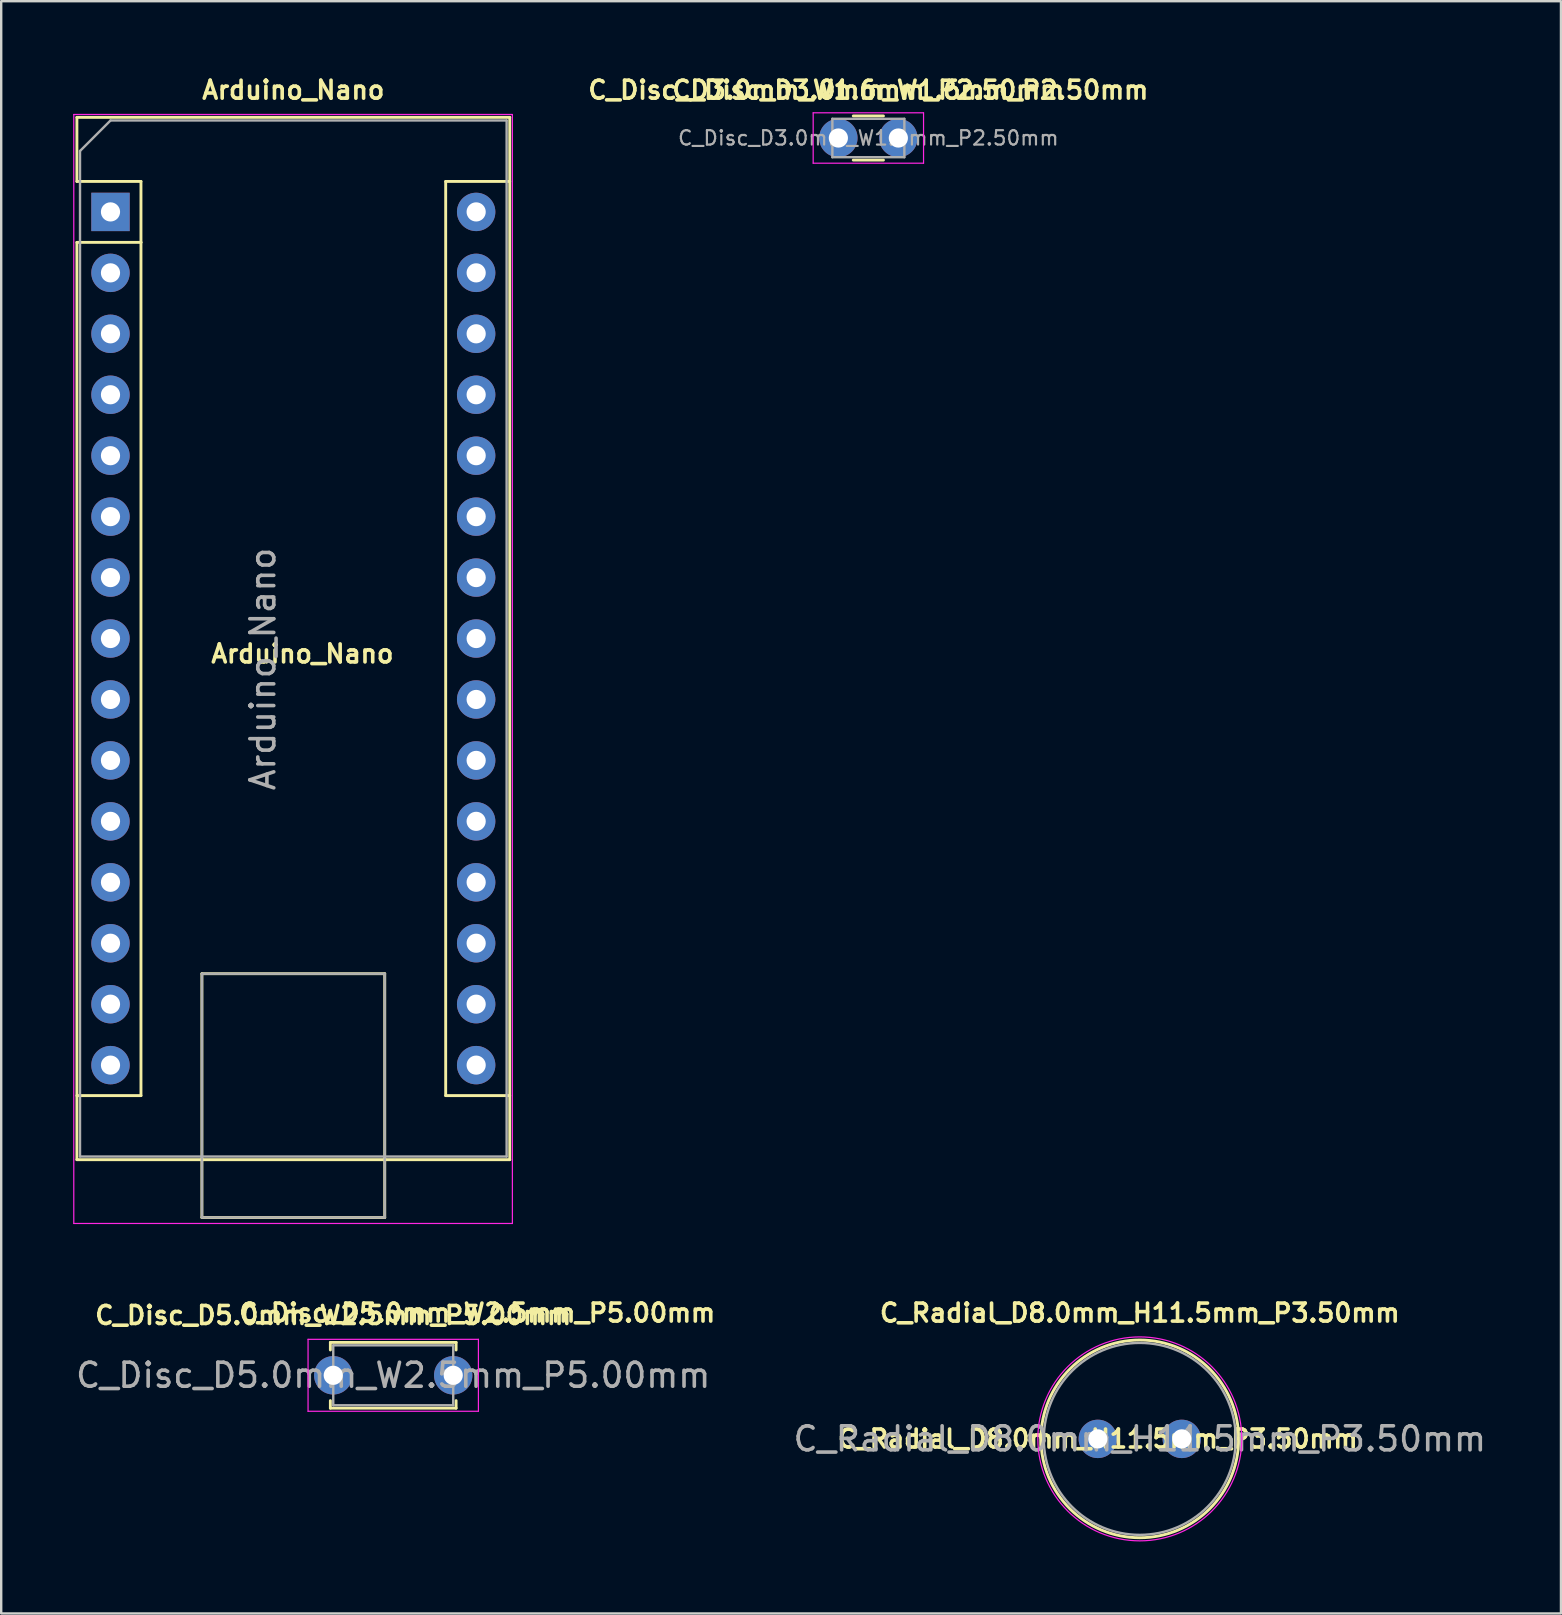
<source format=kicad_pcb>
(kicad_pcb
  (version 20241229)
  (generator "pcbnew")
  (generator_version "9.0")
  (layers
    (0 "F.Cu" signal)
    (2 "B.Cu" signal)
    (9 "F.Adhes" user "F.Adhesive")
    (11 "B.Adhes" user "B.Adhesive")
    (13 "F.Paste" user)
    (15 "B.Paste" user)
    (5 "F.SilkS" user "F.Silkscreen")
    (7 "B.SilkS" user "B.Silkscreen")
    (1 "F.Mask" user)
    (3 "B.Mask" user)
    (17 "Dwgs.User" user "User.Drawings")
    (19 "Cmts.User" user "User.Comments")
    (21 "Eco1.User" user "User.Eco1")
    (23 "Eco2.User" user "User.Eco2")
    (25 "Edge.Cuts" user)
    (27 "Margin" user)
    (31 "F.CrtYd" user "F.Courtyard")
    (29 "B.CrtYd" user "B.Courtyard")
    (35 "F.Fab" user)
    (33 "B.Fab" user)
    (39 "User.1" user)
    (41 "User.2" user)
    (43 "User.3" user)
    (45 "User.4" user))
  (footprint "Arduino_Nano"
    (layer "F.Cu")
    (at 1.555 5.782)
    (property "Reference" "Arduino_Nano" (at 7.62 -5.08 0) (layer "F.SilkS") (effects (font (size 0.75 0.75) (thickness 0.15))))
    (property "Value" "Arduino_Nano" (at 8.89 19.05 90) (layer "F.Fab") (hide yes) (effects (font (size 1 1) (thickness 0.15))))
    (attr through_hole)
    (fp_line (start -1.4 -3.94) (end -1.4 -1.27) (stroke (width 0.12) (type solid)) (layer "F.SilkS"))
    (fp_line (start -1.4 1.27) (end -1.4 39.5) (stroke (width 0.12) (type solid)) (layer "F.SilkS"))
    (fp_line (start -1.4 39.5) (end 16.64 39.5) (stroke (width 0.12) (type solid)) (layer "F.SilkS"))
    (fp_line (start 1.27 -1.27) (end -1.4 -1.27) (stroke (width 0.12) (type solid)) (layer "F.SilkS"))
    (fp_line (start 1.27 1.27) (end -1.4 1.27) (stroke (width 0.12) (type solid)) (layer "F.SilkS"))
    (fp_line (start 1.27 1.27) (end 1.27 -1.27) (stroke (width 0.12) (type solid)) (layer "F.SilkS"))
    (fp_line (start 1.27 1.27) (end 1.27 36.83) (stroke (width 0.12) (type solid)) (layer "F.SilkS"))
    (fp_line (start 1.27 36.83) (end -1.4 36.83) (stroke (width 0.12) (type solid)) (layer "F.SilkS"))
    (fp_line (start 3.81 31.75) (end 11.43 31.75) (stroke (width 0.12) (type solid)) (layer "F.SilkS"))
    (fp_line (start 3.81 41.91) (end 3.81 31.75) (stroke (width 0.12) (type solid)) (layer "F.SilkS"))
    (fp_line (start 11.43 31.75) (end 11.43 41.91) (stroke (width 0.12) (type solid)) (layer "F.SilkS"))
    (fp_line (start 11.43 41.91) (end 3.81 41.91) (stroke (width 0.12) (type solid)) (layer "F.SilkS"))
    (fp_line (start 13.97 -1.27) (end 13.97 36.83) (stroke (width 0.12) (type solid)) (layer "F.SilkS"))
    (fp_line (start 13.97 -1.27) (end 16.64 -1.27) (stroke (width 0.12) (type solid)) (layer "F.SilkS"))
    (fp_line (start 13.97 36.83) (end 16.64 36.83) (stroke (width 0.12) (type solid)) (layer "F.SilkS"))
    (fp_line (start 16.64 -3.94) (end -1.4 -3.94) (stroke (width 0.12) (type solid)) (layer "F.SilkS"))
    (fp_line (start 16.64 39.5) (end 16.64 -3.94) (stroke (width 0.12) (type solid)) (layer "F.SilkS"))
    (fp_line (start -1.53 -4.06) (end -1.53 42.16) (stroke (width 0.05) (type solid)) (layer "F.CrtYd"))
    (fp_line (start -1.53 -4.06) (end 16.75 -4.06) (stroke (width 0.05) (type solid)) (layer "F.CrtYd"))
    (fp_line (start 16.75 42.16) (end -1.53 42.16) (stroke (width 0.05) (type solid)) (layer "F.CrtYd"))
    (fp_line (start 16.75 42.16) (end 16.75 -4.06) (stroke (width 0.05) (type solid)) (layer "F.CrtYd"))
    (fp_line (start -1.27 -2.54) (end 0 -3.81) (stroke (width 0.1) (type solid)) (layer "F.Fab"))
    (fp_line (start -1.27 39.37) (end -1.27 -2.54) (stroke (width 0.1) (type solid)) (layer "F.Fab"))
    (fp_line (start 0 -3.81) (end 16.51 -3.81) (stroke (width 0.1) (type solid)) (layer "F.Fab"))
    (fp_line (start 3.81 31.75) (end 11.43 31.75) (stroke (width 0.1) (type solid)) (layer "F.Fab"))
    (fp_line (start 3.81 41.91) (end 3.81 31.75) (stroke (width 0.1) (type solid)) (layer "F.Fab"))
    (fp_line (start 11.43 31.75) (end 11.43 41.91) (stroke (width 0.1) (type solid)) (layer "F.Fab"))
    (fp_line (start 11.43 41.91) (end 3.81 41.91) (stroke (width 0.1) (type solid)) (layer "F.Fab"))
    (fp_line (start 16.51 -3.81) (end 16.51 39.37) (stroke (width 0.1) (type solid)) (layer "F.Fab"))
    (fp_line (start 16.51 39.37) (end -1.27 39.37) (stroke (width 0.1) (type solid)) (layer "F.Fab"))
    (fp_text user "${VALUE}" (at 8 18.415 0) (layer "F.SilkS") (effects (font (size 0.75 0.75) (thickness 0.15))))
    (fp_text user "${REFERENCE}" (at 6.35 19.05 90) (layer "F.Fab") (effects (font (size 1 1) (thickness 0.15))))
    (pad "1" thru_hole rect (at 0 0) (size 1.6 1.6) (drill 0.8) (layers "*.Cu" "*.Mask"))
    (pad "2" thru_hole oval (at 0 2.54) (size 1.6 1.6) (drill 0.8) (layers "*.Cu" "*.Mask"))
    (pad "3" thru_hole oval (at 0 5.08) (size 1.6 1.6) (drill 0.8) (layers "*.Cu" "*.Mask"))
    (pad "4" thru_hole oval (at 0 7.62) (size 1.6 1.6) (drill 0.8) (layers "*.Cu" "*.Mask"))
    (pad "5" thru_hole oval (at 0 10.16) (size 1.6 1.6) (drill 0.8) (layers "*.Cu" "*.Mask"))
    (pad "6" thru_hole oval (at 0 12.7) (size 1.6 1.6) (drill 0.8) (layers "*.Cu" "*.Mask"))
    (pad "7" thru_hole oval (at 0 15.24) (size 1.6 1.6) (drill 0.8) (layers "*.Cu" "*.Mask"))
    (pad "8" thru_hole oval (at 0 17.78) (size 1.6 1.6) (drill 0.8) (layers "*.Cu" "*.Mask"))
    (pad "9" thru_hole oval (at 0 20.32) (size 1.6 1.6) (drill 0.8) (layers "*.Cu" "*.Mask"))
    (pad "10" thru_hole oval (at 0 22.86) (size 1.6 1.6) (drill 0.8) (layers "*.Cu" "*.Mask"))
    (pad "11" thru_hole oval (at 0 25.4) (size 1.6 1.6) (drill 0.8) (layers "*.Cu" "*.Mask"))
    (pad "12" thru_hole oval (at 0 27.94) (size 1.6 1.6) (drill 0.8) (layers "*.Cu" "*.Mask"))
    (pad "13" thru_hole oval (at 0 30.48) (size 1.6 1.6) (drill 0.8) (layers "*.Cu" "*.Mask"))
    (pad "14" thru_hole oval (at 0 33.02) (size 1.6 1.6) (drill 0.8) (layers "*.Cu" "*.Mask"))
    (pad "15" thru_hole oval (at 0 35.56) (size 1.6 1.6) (drill 0.8) (layers "*.Cu" "*.Mask"))
    (pad "16" thru_hole oval (at 15.24 35.56) (size 1.6 1.6) (drill 0.8) (layers "*.Cu" "*.Mask"))
    (pad "17" thru_hole oval (at 15.24 33.02) (size 1.6 1.6) (drill 0.8) (layers "*.Cu" "*.Mask"))
    (pad "18" thru_hole oval (at 15.24 30.48) (size 1.6 1.6) (drill 0.8) (layers "*.Cu" "*.Mask"))
    (pad "19" thru_hole oval (at 15.24 27.94) (size 1.6 1.6) (drill 0.8) (layers "*.Cu" "*.Mask"))
    (pad "20" thru_hole oval (at 15.24 25.4) (size 1.6 1.6) (drill 0.8) (layers "*.Cu" "*.Mask"))
    (pad "21" thru_hole oval (at 15.24 22.86) (size 1.6 1.6) (drill 0.8) (layers "*.Cu" "*.Mask"))
    (pad "22" thru_hole oval (at 15.24 20.32) (size 1.6 1.6) (drill 0.8) (layers "*.Cu" "*.Mask"))
    (pad "23" thru_hole oval (at 15.24 17.78) (size 1.6 1.6) (drill 0.8) (layers "*.Cu" "*.Mask"))
    (pad "24" thru_hole oval (at 15.24 15.24) (size 1.6 1.6) (drill 0.8) (layers "*.Cu" "*.Mask"))
    (pad "25" thru_hole oval (at 15.24 12.7) (size 1.6 1.6) (drill 0.8) (layers "*.Cu" "*.Mask"))
    (pad "26" thru_hole oval (at 15.24 10.16) (size 1.6 1.6) (drill 0.8) (layers "*.Cu" "*.Mask"))
    (pad "27" thru_hole oval (at 15.24 7.62) (size 1.6 1.6) (drill 0.8) (layers "*.Cu" "*.Mask"))
    (pad "28" thru_hole oval (at 15.24 5.08) (size 1.6 1.6) (drill 0.8) (layers "*.Cu" "*.Mask"))
    (pad "29" thru_hole oval (at 15.24 2.54) (size 1.6 1.6) (drill 0.8) (layers "*.Cu" "*.Mask"))
    (pad "30" thru_hole oval (at 15.24 0) (size 1.6 1.6) (drill 0.8) (layers "*.Cu" "*.Mask")))
  (footprint "C_Radial_D8.0mm_H11.5mm_P3.50mm"
    (layer "F.Cu")
    (at 42.704 56.919)
    (property "Reference" "C_Radial_D8.0mm_H11.5mm_P3.50mm" (at 1.75 -5.25 0) (layer "F.SilkS") (effects (font (size 0.75 0.75) (thickness 0.15))))
    (property "Value" "C_Radial_D8.0mm_H11.5mm_P3.50mm" (at 1.75 5.25 0) (layer "F.Fab") (hide yes) (effects (font (size 1 1) (thickness 0.15))))
    (attr through_hole)
    (fp_circle (center 1.75 0) (end 5.87 0) (stroke (width 0.12) (type solid)) (fill no) (layer "F.SilkS"))
    (fp_circle (center 1.75 0) (end 6 0) (stroke (width 0.05) (type solid)) (fill no) (layer "F.CrtYd"))
    (fp_circle (center 1.75 0) (end 5.75 0) (stroke (width 0.1) (type solid)) (fill no) (layer "F.Fab"))
    (fp_text user "${VALUE}" (at 0 0 0) (layer "F.SilkS") (effects (font (size 0.75 0.75) (thickness 0.15))))
    (fp_text user "${REFERENCE}" (at 1.75 0 0) (layer "F.Fab") (effects (font (size 1 1) (thickness 0.15))))
    (pad "1" thru_hole circle (at 0 0) (size 1.6 1.6) (drill 0.8) (layers "*.Cu" "*.Mask"))
    (pad "2" thru_hole circle (at 3.5 0) (size 1.6 1.6) (drill 0.8) (layers "*.Cu" "*.Mask")))
  (footprint "C_Disc_D5.0mm_W2.5mm_P5.00mm"
    (layer "F.Cu")
    (at 10.839 54.269)
    (property "Reference" "C_Disc_D5.0mm_W2.5mm_P5.00mm" (at 0 -2.5 0) (layer "F.SilkS") (effects (font (size 0.75 0.75) (thickness 0.15))))
    (property "Value" "C_Disc_D5.0mm_W2.5mm_P5.00mm" (at 2.5 2.5 0) (layer "F.Fab") (hide yes) (effects (font (size 1 1) (thickness 0.15))))
    (attr through_hole)
    (fp_line (start -0.12 -1.37) (end -0.12 -1.055) (stroke (width 0.12) (type solid)) (layer "F.SilkS"))
    (fp_line (start -0.12 -1.37) (end 5.12 -1.37) (stroke (width 0.12) (type solid)) (layer "F.SilkS"))
    (fp_line (start -0.12 1.055) (end -0.12 1.37) (stroke (width 0.12) (type solid)) (layer "F.SilkS"))
    (fp_line (start -0.12 1.37) (end 5.12 1.37) (stroke (width 0.12) (type solid)) (layer "F.SilkS"))
    (fp_line (start 5.12 -1.37) (end 5.12 -1.055) (stroke (width 0.12) (type solid)) (layer "F.SilkS"))
    (fp_line (start 5.12 1.055) (end 5.12 1.37) (stroke (width 0.12) (type solid)) (layer "F.SilkS"))
    (fp_line (start -1.05 -1.5) (end -1.05 1.5) (stroke (width 0.05) (type solid)) (layer "F.CrtYd"))
    (fp_line (start -1.05 1.5) (end 6.05 1.5) (stroke (width 0.05) (type solid)) (layer "F.CrtYd"))
    (fp_line (start 6.05 -1.5) (end -1.05 -1.5) (stroke (width 0.05) (type solid)) (layer "F.CrtYd"))
    (fp_line (start 6.05 1.5) (end 6.05 -1.5) (stroke (width 0.05) (type solid)) (layer "F.CrtYd"))
    (fp_line (start 0 -1.25) (end 0 1.25) (stroke (width 0.1) (type solid)) (layer "F.Fab"))
    (fp_line (start 0 1.25) (end 5 1.25) (stroke (width 0.1) (type solid)) (layer "F.Fab"))
    (fp_line (start 5 -1.25) (end 0 -1.25) (stroke (width 0.1) (type solid)) (layer "F.Fab"))
    (fp_line (start 5 1.25) (end 5 -1.25) (stroke (width 0.1) (type solid)) (layer "F.Fab"))
    (fp_text user "${VALUE}" (at 6 -2.6 0) (layer "F.SilkS") (effects (font (size 0.75 0.75) (thickness 0.15))))
    (fp_text user "${REFERENCE}" (at 2.5 0 0) (layer "F.Fab") (effects (font (size 1 1) (thickness 0.15))))
    (pad "1" thru_hole circle (at 0 0) (size 1.6 1.6) (drill 0.8) (layers "*.Cu" "*.Mask"))
    (pad "2" thru_hole circle (at 5 0) (size 1.6 1.6) (drill 0.8) (layers "*.Cu" "*.Mask")))
  (footprint "C_Disc_D3.0mm_W1.6mm_P2.50mm"
    (layer "F.Cu")
    (at 31.891 2.702)
    (property "Reference" "C_Disc_D3.0mm_W1.6mm_P2.50mm" (at -0.5 -2 0) (layer "F.SilkS") (effects (font (size 0.75 0.75) (thickness 0.15))))
    (property "Value" "C_Disc_D3.0mm_W1.6mm_P2.50mm" (at 1.25 2.05 0) (layer "F.Fab") (hide yes) (effects (font (size 1 1) (thickness 0.15))))
    (attr through_hole)
    (fp_line (start 0.621 -0.92) (end 1.879 -0.92) (stroke (width 0.12) (type solid)) (layer "F.SilkS"))
    (fp_line (start 0.621 0.92) (end 1.879 0.92) (stroke (width 0.12) (type solid)) (layer "F.SilkS"))
    (fp_line (start -1.05 -1.05) (end -1.05 1.05) (stroke (width 0.05) (type solid)) (layer "F.CrtYd"))
    (fp_line (start -1.05 1.05) (end 3.55 1.05) (stroke (width 0.05) (type solid)) (layer "F.CrtYd"))
    (fp_line (start 3.55 -1.05) (end -1.05 -1.05) (stroke (width 0.05) (type solid)) (layer "F.CrtYd"))
    (fp_line (start 3.55 1.05) (end 3.55 -1.05) (stroke (width 0.05) (type solid)) (layer "F.CrtYd"))
    (fp_line (start -0.25 -0.8) (end -0.25 0.8) (stroke (width 0.1) (type solid)) (layer "F.Fab"))
    (fp_line (start -0.25 0.8) (end 2.75 0.8) (stroke (width 0.1) (type solid)) (layer "F.Fab"))
    (fp_line (start 2.75 -0.8) (end -0.25 -0.8) (stroke (width 0.1) (type solid)) (layer "F.Fab"))
    (fp_line (start 2.75 0.8) (end 2.75 -0.8) (stroke (width 0.1) (type solid)) (layer "F.Fab"))
    (fp_text user "${VALUE}" (at 3 -2 0) (layer "F.SilkS") (effects (font (size 0.75 0.75) (thickness 0.15))))
    (fp_text user "${REFERENCE}" (at 1.25 0 0) (layer "F.Fab") (effects (font (size 0.6 0.6) (thickness 0.09))))
    (pad "1" thru_hole circle (at 0 0) (size 1.6 1.6) (drill 0.8) (layers "*.Cu" "*.Mask"))
    (pad "2" thru_hole circle (at 2.5 0) (size 1.6 1.6) (drill 0.8) (layers "*.Cu" "*.Mask")))
  (gr_rect
    (start -3 -3)
    (end 62.007 64.194)
    (stroke (width 0.1) (type default))
    (fill no)
    (layer "Edge.Cuts")))
</source>
